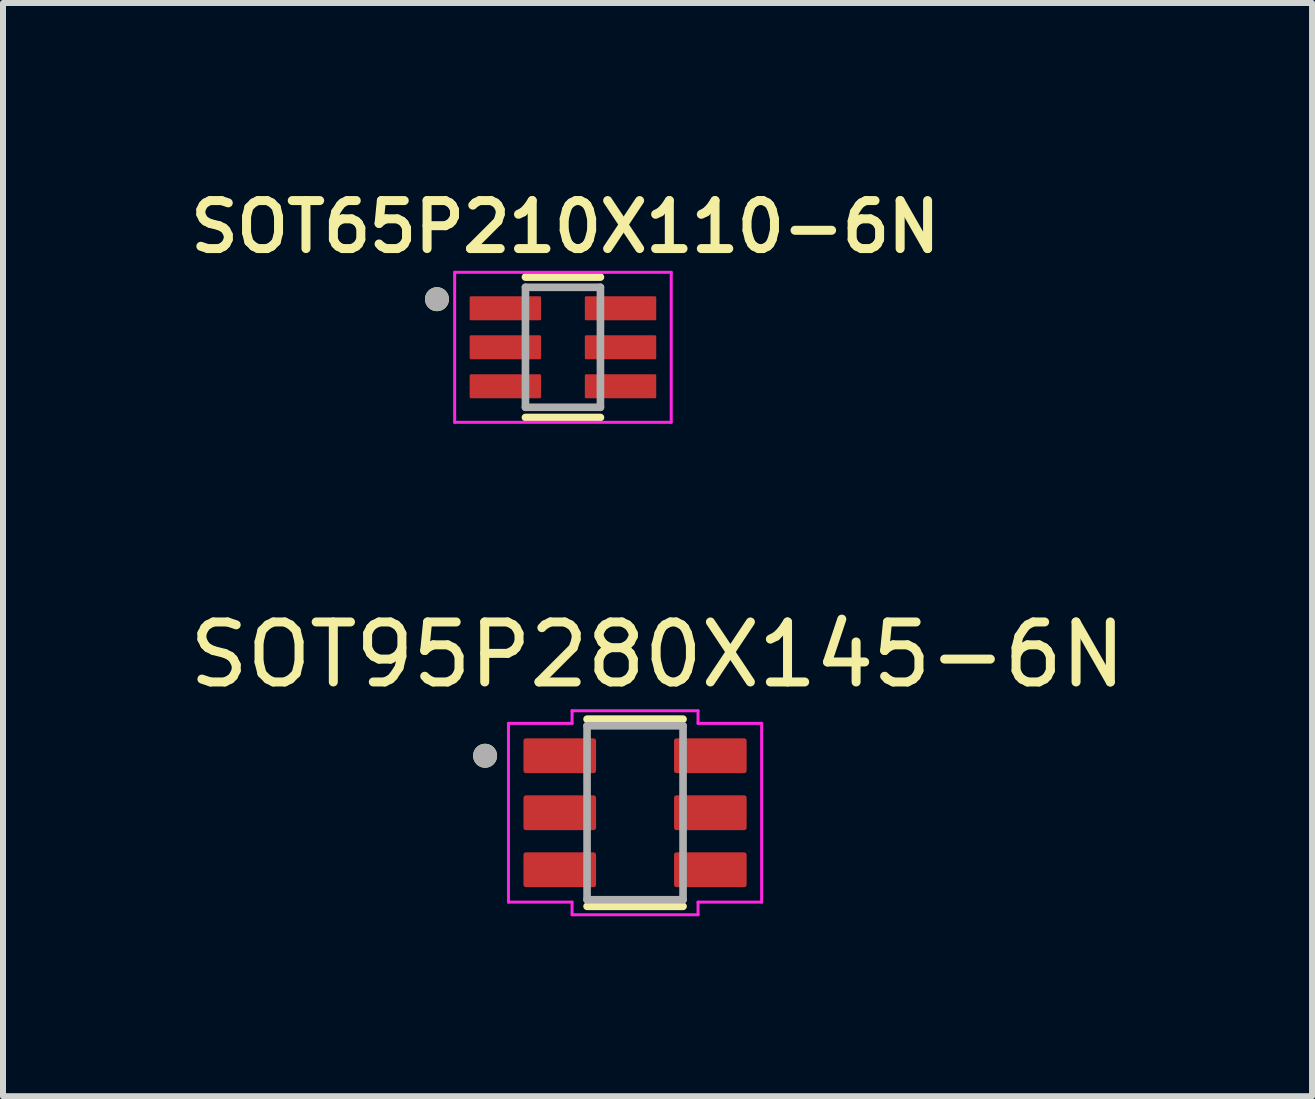
<source format=kicad_pcb>
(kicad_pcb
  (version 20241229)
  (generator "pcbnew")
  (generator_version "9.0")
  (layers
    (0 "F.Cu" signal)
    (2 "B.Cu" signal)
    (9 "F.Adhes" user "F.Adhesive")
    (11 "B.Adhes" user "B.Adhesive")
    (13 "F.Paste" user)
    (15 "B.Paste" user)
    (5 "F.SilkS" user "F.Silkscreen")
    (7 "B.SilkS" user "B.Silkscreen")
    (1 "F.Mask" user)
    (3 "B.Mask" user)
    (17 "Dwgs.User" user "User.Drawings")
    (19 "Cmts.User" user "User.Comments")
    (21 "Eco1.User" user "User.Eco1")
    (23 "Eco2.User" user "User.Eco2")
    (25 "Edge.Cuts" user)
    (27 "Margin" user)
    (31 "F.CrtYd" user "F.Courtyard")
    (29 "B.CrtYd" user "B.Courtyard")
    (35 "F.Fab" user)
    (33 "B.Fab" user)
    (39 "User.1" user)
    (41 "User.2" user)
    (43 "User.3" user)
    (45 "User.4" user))
  (footprint "SOT95P280X145-6N"
    (layer "F.Cu")
    (at 7.536 10.498)
    (property "Reference" "SOT95P280X145-6N" (at 0.375 -2.635 0) (layer "F.SilkS") (effects (font (size 1 1) (thickness 0.15))))
    (attr through_hole)
    (fp_line (start -0.8 1.56) (end 0.8 1.56) (stroke (width 0.127) (type solid)) (layer "F.SilkS"))
    (fp_line (start 0.8 -1.56) (end -0.8 -1.56) (stroke (width 0.127) (type solid)) (layer "F.SilkS"))
    (fp_circle (center -2.5 -0.95) (end -2.4 -0.95) (stroke (width 0.2) (type solid)) (fill no) (layer "F.SilkS"))
    (fp_line (start -2.11 -1.49) (end -2.11 1.49) (stroke (width 0.05) (type solid)) (layer "F.CrtYd"))
    (fp_line (start -2.11 -1.49) (end -1.05 -1.49) (stroke (width 0.05) (type solid)) (layer "F.CrtYd"))
    (fp_line (start -2.11 1.49) (end -1.05 1.49) (stroke (width 0.05) (type solid)) (layer "F.CrtYd"))
    (fp_line (start -1.05 -1.49) (end -1.05 -1.7) (stroke (width 0.05) (type solid)) (layer "F.CrtYd"))
    (fp_line (start -1.05 1.49) (end -1.05 1.7) (stroke (width 0.05) (type solid)) (layer "F.CrtYd"))
    (fp_line (start -1.05 1.7) (end 1.05 1.7) (stroke (width 0.05) (type solid)) (layer "F.CrtYd"))
    (fp_line (start 1.05 -1.7) (end -1.05 -1.7) (stroke (width 0.05) (type solid)) (layer "F.CrtYd"))
    (fp_line (start 1.05 -1.49) (end 1.05 -1.7) (stroke (width 0.05) (type solid)) (layer "F.CrtYd"))
    (fp_line (start 1.05 1.49) (end 1.05 1.7) (stroke (width 0.05) (type solid)) (layer "F.CrtYd"))
    (fp_line (start 2.11 -1.49) (end 1.05 -1.49) (stroke (width 0.05) (type solid)) (layer "F.CrtYd"))
    (fp_line (start 2.11 1.49) (end 1.05 1.49) (stroke (width 0.05) (type solid)) (layer "F.CrtYd"))
    (fp_line (start 2.11 1.49) (end 2.11 -1.49) (stroke (width 0.05) (type solid)) (layer "F.CrtYd"))
    (fp_line (start -0.8 -1.45) (end -0.8 1.45) (stroke (width 0.127) (type solid)) (layer "F.Fab"))
    (fp_line (start -0.8 1.45) (end 0.8 1.45) (stroke (width 0.127) (type solid)) (layer "F.Fab"))
    (fp_line (start 0.8 -1.45) (end -0.8 -1.45) (stroke (width 0.127) (type solid)) (layer "F.Fab"))
    (fp_line (start 0.8 1.45) (end 0.8 -1.45) (stroke (width 0.127) (type solid)) (layer "F.Fab"))
    (fp_circle (center -2.5 -0.95) (end -2.4 -0.95) (stroke (width 0.2) (type solid)) (fill no) (layer "F.Fab"))
    (pad "1" smd roundrect (at -1.255 -0.95) (size 1.21 0.58) (layers "F.Cu" "F.Mask" "F.Paste") (roundrect_rratio 0.07))
    (pad "2" smd roundrect (at -1.255 0) (size 1.21 0.58) (layers "F.Cu" "F.Mask" "F.Paste") (roundrect_rratio 0.07))
    (pad "3" smd roundrect (at -1.255 0.95) (size 1.21 0.58) (layers "F.Cu" "F.Mask" "F.Paste") (roundrect_rratio 0.07))
    (pad "4" smd roundrect (at 1.255 0.95) (size 1.21 0.58) (layers "F.Cu" "F.Mask" "F.Paste") (roundrect_rratio 0.07))
    (pad "5" smd roundrect (at 1.255 0) (size 1.21 0.58) (layers "F.Cu" "F.Mask" "F.Paste") (roundrect_rratio 0.07))
    (pad "6" smd roundrect (at 1.255 -0.95) (size 1.21 0.58) (layers "F.Cu" "F.Mask" "F.Paste") (roundrect_rratio 0.07)))
  (footprint "SOT65P210X110-6N"
    (layer "F.Cu")
    (at 6.334 2.739)
    (property "Reference" "SOT65P210X110-6N" (at 0.04 -2.008 0) (layer "F.SilkS") (effects (font (size 0.8 0.8) (thickness 0.15))))
    (attr through_hole)
    (fp_line (start -0.625 -1.17) (end 0.625 -1.17) (stroke (width 0.127) (type solid)) (layer "F.SilkS"))
    (fp_line (start -0.625 1.17) (end 0.625 1.17) (stroke (width 0.127) (type solid)) (layer "F.SilkS"))
    (fp_circle (center -2.1 -0.802) (end -2 -0.802) (stroke (width 0.2) (type solid)) (fill no) (layer "F.SilkS"))
    (fp_line (start -1.805 -1.25) (end -1.805 1.25) (stroke (width 0.05) (type solid)) (layer "F.CrtYd"))
    (fp_line (start -1.805 1.25) (end 1.805 1.25) (stroke (width 0.05) (type solid)) (layer "F.CrtYd"))
    (fp_line (start 1.805 -1.25) (end -1.805 -1.25) (stroke (width 0.05) (type solid)) (layer "F.CrtYd"))
    (fp_line (start 1.805 1.25) (end 1.805 -1.25) (stroke (width 0.05) (type solid)) (layer "F.CrtYd"))
    (fp_line (start -0.625 -1) (end -0.625 1) (stroke (width 0.127) (type solid)) (layer "F.Fab"))
    (fp_line (start -0.625 1) (end 0.625 1) (stroke (width 0.127) (type solid)) (layer "F.Fab"))
    (fp_line (start 0.625 -1) (end -0.625 -1) (stroke (width 0.127) (type solid)) (layer "F.Fab"))
    (fp_line (start 0.625 1) (end 0.625 -1) (stroke (width 0.127) (type solid)) (layer "F.Fab"))
    (fp_circle (center -2.1 -0.802) (end -2 -0.802) (stroke (width 0.2) (type solid)) (fill no) (layer "F.Fab"))
    (pad "1" smd roundrect (at -0.96 -0.65) (size 1.19 0.4) (layers "F.Cu" "F.Mask" "F.Paste") (roundrect_rratio 0.05))
    (pad "2" smd roundrect (at -0.96 0) (size 1.19 0.4) (layers "F.Cu" "F.Mask" "F.Paste") (roundrect_rratio 0.05))
    (pad "3" smd roundrect (at -0.96 0.65) (size 1.19 0.4) (layers "F.Cu" "F.Mask" "F.Paste") (roundrect_rratio 0.05))
    (pad "4" smd roundrect (at 0.96 0.65) (size 1.19 0.4) (layers "F.Cu" "F.Mask" "F.Paste") (roundrect_rratio 0.05))
    (pad "5" smd roundrect (at 0.96 0) (size 1.19 0.4) (layers "F.Cu" "F.Mask" "F.Paste") (roundrect_rratio 0.05))
    (pad "6" smd roundrect (at 0.96 -0.65) (size 1.19 0.4) (layers "F.Cu" "F.Mask" "F.Paste") (roundrect_rratio 0.05)))
  (gr_rect
    (start -3 -3)
    (end 18.821 15.223)
    (stroke (width 0.1) (type default))
    (fill no)
    (layer "Edge.Cuts")))
</source>
